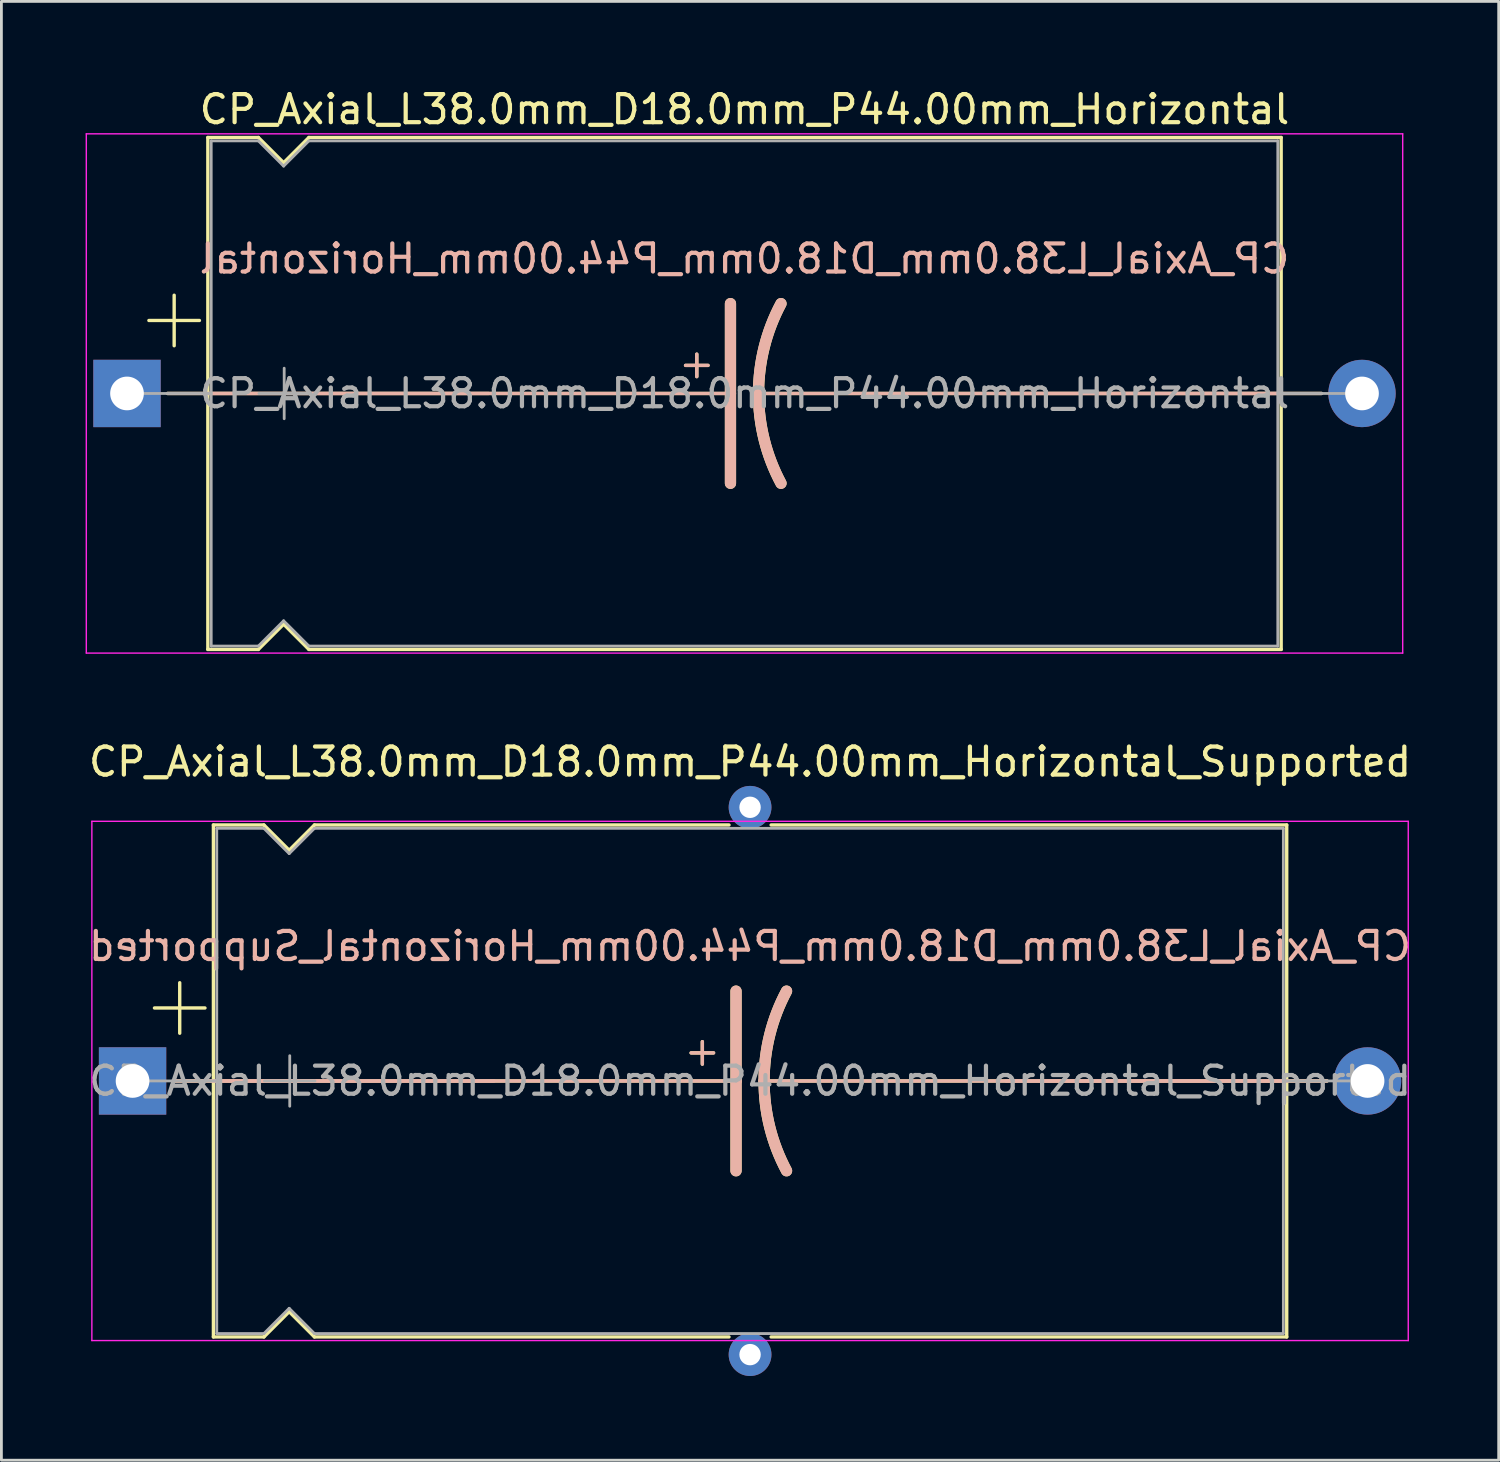
<source format=kicad_pcb>
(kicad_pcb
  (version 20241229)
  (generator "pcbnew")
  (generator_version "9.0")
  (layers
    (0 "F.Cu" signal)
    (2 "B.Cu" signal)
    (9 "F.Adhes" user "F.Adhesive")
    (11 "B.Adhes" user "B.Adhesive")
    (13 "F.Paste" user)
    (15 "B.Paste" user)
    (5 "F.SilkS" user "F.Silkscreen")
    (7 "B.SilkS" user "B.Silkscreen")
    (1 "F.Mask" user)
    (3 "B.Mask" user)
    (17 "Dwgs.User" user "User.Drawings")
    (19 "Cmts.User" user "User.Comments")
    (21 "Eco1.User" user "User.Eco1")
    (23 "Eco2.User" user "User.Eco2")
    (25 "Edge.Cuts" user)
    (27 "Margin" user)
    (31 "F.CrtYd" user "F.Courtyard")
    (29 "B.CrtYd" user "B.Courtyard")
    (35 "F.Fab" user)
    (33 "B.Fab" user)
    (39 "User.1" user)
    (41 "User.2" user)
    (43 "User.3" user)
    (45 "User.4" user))
  (footprint "CP_Axial_L38.0mm_D18.0mm_P44.00mm_Horizontal"
    (layer "F.Cu")
    (at 1.475 10.968)
    (property "Reference" "CP_Axial_L38.0mm_D18.0mm_P44.00mm_Horizontal" (at 22 -10.12 0) (layer "F.SilkS") (effects (font (size 1 1) (thickness 0.15))))
    (fp_line (start 0.78 -2.6) (end 2.58 -2.6) (stroke (width 0.12) (type solid)) (layer "F.SilkS"))
    (fp_line (start 1.44 0) (end 2.88 0) (stroke (width 0.12) (type solid)) (layer "F.SilkS"))
    (fp_line (start 1.68 -3.5) (end 1.68 -1.7) (stroke (width 0.12) (type solid)) (layer "F.SilkS"))
    (fp_line (start 2.88 -9.12) (end 2.88 9.12) (stroke (width 0.12) (type solid)) (layer "F.SilkS"))
    (fp_line (start 2.88 -9.12) (end 4.68 -9.12) (stroke (width 0.12) (type solid)) (layer "F.SilkS"))
    (fp_line (start 2.88 0) (end 21.5 0) (stroke (width 0.12) (type solid)) (layer "F.SilkS"))
    (fp_line (start 2.88 9.12) (end 4.68 9.12) (stroke (width 0.12) (type solid)) (layer "F.SilkS"))
    (fp_line (start 4.68 -9.12) (end 5.58 -8.22) (stroke (width 0.12) (type solid)) (layer "F.SilkS"))
    (fp_line (start 4.68 9.12) (end 5.58 8.22) (stroke (width 0.12) (type solid)) (layer "F.SilkS"))
    (fp_line (start 5.58 -8.22) (end 6.48 -9.12) (stroke (width 0.12) (type solid)) (layer "F.SilkS"))
    (fp_line (start 5.58 8.22) (end 6.48 9.12) (stroke (width 0.12) (type solid)) (layer "F.SilkS"))
    (fp_line (start 6.48 -9.12) (end 41.12 -9.12) (stroke (width 0.12) (type solid)) (layer "F.SilkS"))
    (fp_line (start 6.48 9.12) (end 41.12 9.12) (stroke (width 0.12) (type solid)) (layer "F.SilkS"))
    (fp_line (start 19.9 -1) (end 20.7 -1) (stroke (width 0.12) (type solid)) (layer "F.SilkS"))
    (fp_line (start 20.3 -1.4) (end 20.3 -0.6) (stroke (width 0.12) (type solid)) (layer "F.SilkS"))
    (fp_line (start 21.5 0) (end 21.5 -3.2) (stroke (width 0.4) (type solid)) (layer "F.SilkS"))
    (fp_line (start 21.5 0) (end 21.5 3.2) (stroke (width 0.4) (type solid)) (layer "F.SilkS"))
    (fp_line (start 41.12 -9.12) (end 41.12 9.12) (stroke (width 0.12) (type solid)) (layer "F.SilkS"))
    (fp_line (start 41.12 0) (end 22.5 0) (stroke (width 0.12) (type solid)) (layer "F.SilkS"))
    (fp_line (start 42.56 0) (end 41.12 0) (stroke (width 0.12) (type solid)) (layer "F.SilkS"))
    (fp_arc (start 22.5 0) (mid 22.703545 -1.649114) (end 23.3 -3.2) (stroke (width 0.4) (type solid)) (layer "F.SilkS"))
    (fp_arc (start 23.3 3.2) (mid 22.700704 1.649824) (end 22.5 0) (stroke (width 0.4) (type solid)) (layer "F.SilkS"))
    (fp_line (start 1.45 0) (end 12.88 0) (stroke (width 0.12) (type solid)) (layer "B.SilkS"))
    (fp_line (start 2.88 0) (end 21.5 0) (stroke (width 0.12) (type solid)) (layer "B.SilkS"))
    (fp_line (start 19.9 -1) (end 20.7 -1) (stroke (width 0.12) (type solid)) (layer "B.SilkS"))
    (fp_line (start 20.3 -0.6) (end 20.3 -1.4) (stroke (width 0.12) (type solid)) (layer "B.SilkS"))
    (fp_line (start 21.5 0) (end 21.5 -3.2) (stroke (width 0.4) (type solid)) (layer "B.SilkS"))
    (fp_line (start 21.5 0) (end 21.5 3.2) (stroke (width 0.4) (type solid)) (layer "B.SilkS"))
    (fp_line (start 41.12 0) (end 22.5 0) (stroke (width 0.12) (type solid)) (layer "B.SilkS"))
    (fp_line (start 42.55 0) (end 31.12 0) (stroke (width 0.12) (type solid)) (layer "B.SilkS"))
    (fp_arc (start 22.5 0) (mid 22.700703 -1.649824) (end 23.3 -3.2) (stroke (width 0.4) (type solid)) (layer "B.SilkS"))
    (fp_arc (start 23.3 3.2) (mid 22.703544 1.649114) (end 22.5 0) (stroke (width 0.4) (type solid)) (layer "B.SilkS"))
    (fp_line (start -1.45 -9.25) (end -1.45 9.25) (stroke (width 0.05) (type solid)) (layer "F.CrtYd"))
    (fp_line (start -1.45 9.25) (end 45.45 9.25) (stroke (width 0.05) (type solid)) (layer "F.CrtYd"))
    (fp_line (start 45.45 -9.25) (end -1.45 -9.25) (stroke (width 0.05) (type solid)) (layer "F.CrtYd"))
    (fp_line (start 45.45 9.25) (end 45.45 -9.25) (stroke (width 0.05) (type solid)) (layer "F.CrtYd"))
    (fp_line (start 0 0) (end 3 0) (stroke (width 0.1) (type solid)) (layer "F.Fab"))
    (fp_line (start 3 -9) (end 3 9) (stroke (width 0.1) (type solid)) (layer "F.Fab"))
    (fp_line (start 3 -9) (end 4.68 -9) (stroke (width 0.1) (type solid)) (layer "F.Fab"))
    (fp_line (start 3 9) (end 4.68 9) (stroke (width 0.1) (type solid)) (layer "F.Fab"))
    (fp_line (start 4.68 -9) (end 5.58 -8.1) (stroke (width 0.1) (type solid)) (layer "F.Fab"))
    (fp_line (start 4.68 9) (end 5.58 8.1) (stroke (width 0.1) (type solid)) (layer "F.Fab"))
    (fp_line (start 4.7 0) (end 6.5 0) (stroke (width 0.1) (type solid)) (layer "F.Fab"))
    (fp_line (start 5.58 -8.1) (end 6.48 -9) (stroke (width 0.1) (type solid)) (layer "F.Fab"))
    (fp_line (start 5.58 8.1) (end 6.48 9) (stroke (width 0.1) (type solid)) (layer "F.Fab"))
    (fp_line (start 5.6 -0.9) (end 5.6 0.9) (stroke (width 0.1) (type solid)) (layer "F.Fab"))
    (fp_line (start 6.48 -9) (end 41 -9) (stroke (width 0.1) (type solid)) (layer "F.Fab"))
    (fp_line (start 6.48 9) (end 41 9) (stroke (width 0.1) (type solid)) (layer "F.Fab"))
    (fp_line (start 41 -9) (end 41 9) (stroke (width 0.1) (type solid)) (layer "F.Fab"))
    (fp_line (start 44 0) (end 41 0) (stroke (width 0.1) (type solid)) (layer "F.Fab"))
    (fp_text user "${REFERENCE}" (at 22 -4.8 0) (layer "B.SilkS") (effects (font (size 1 1) (thickness 0.15)) (justify mirror)))
    (fp_text user "${REFERENCE}" (at 22 0 0) (layer "F.Fab") (effects (font (size 1 1) (thickness 0.15))))
    (pad "1" thru_hole rect (at 0 0) (size 2.4 2.4) (drill 1.2) (layers "*.Cu" "*.Mask"))
    (pad "2" thru_hole oval (at 44 0) (size 2.4 2.4) (drill 1.2) (layers "*.Cu" "*.Mask")))
  (footprint "CP_Axial_L38.0mm_D18.0mm_P44.00mm_Horizontal_Supported"
    (layer "F.Cu")
    (at 1.673 35.462)
    (property "Reference" "CP_Axial_L38.0mm_D18.0mm_P44.00mm_Horizontal_Supported" (at 22 -11.37 0) (layer "F.SilkS") (effects (font (size 1 1) (thickness 0.15))))
    (fp_line (start 0.78 -2.6) (end 2.58 -2.6) (stroke (width 0.12) (type solid)) (layer "F.SilkS"))
    (fp_line (start 1.44 0) (end 2.88 0) (stroke (width 0.12) (type solid)) (layer "F.SilkS"))
    (fp_line (start 1.68 -3.5) (end 1.68 -1.7) (stroke (width 0.12) (type solid)) (layer "F.SilkS"))
    (fp_line (start 2.88 -9.12) (end 2.88 9.12) (stroke (width 0.12) (type solid)) (layer "F.SilkS"))
    (fp_line (start 2.88 -9.12) (end 4.68 -9.12) (stroke (width 0.12) (type solid)) (layer "F.SilkS"))
    (fp_line (start 2.88 0) (end 21.5 0) (stroke (width 0.12) (type solid)) (layer "F.SilkS"))
    (fp_line (start 2.88 9.12) (end 4.68 9.12) (stroke (width 0.12) (type solid)) (layer "F.SilkS"))
    (fp_line (start 4.68 -9.12) (end 5.58 -8.22) (stroke (width 0.12) (type solid)) (layer "F.SilkS"))
    (fp_line (start 4.68 9.12) (end 5.58 8.22) (stroke (width 0.12) (type solid)) (layer "F.SilkS"))
    (fp_line (start 5.58 -8.22) (end 6.48 -9.12) (stroke (width 0.12) (type solid)) (layer "F.SilkS"))
    (fp_line (start 5.58 8.22) (end 6.48 9.12) (stroke (width 0.12) (type solid)) (layer "F.SilkS"))
    (fp_line (start 6.48 -9.12) (end 21.25 -9.12) (stroke (width 0.12) (type solid)) (layer "F.SilkS"))
    (fp_line (start 6.48 9.12) (end 21.25 9.12) (stroke (width 0.12) (type solid)) (layer "F.SilkS"))
    (fp_line (start 19.9 -1) (end 20.7 -1) (stroke (width 0.12) (type solid)) (layer "F.SilkS"))
    (fp_line (start 20.3 -1.4) (end 20.3 -0.6) (stroke (width 0.12) (type solid)) (layer "F.SilkS"))
    (fp_line (start 21.5 0) (end 21.5 -3.2) (stroke (width 0.4) (type solid)) (layer "F.SilkS"))
    (fp_line (start 21.5 0) (end 21.5 3.2) (stroke (width 0.4) (type solid)) (layer "F.SilkS"))
    (fp_line (start 22.75 -9.12) (end 41.12 -9.12) (stroke (width 0.12) (type solid)) (layer "F.SilkS"))
    (fp_line (start 22.75 9.12) (end 41.12 9.12) (stroke (width 0.12) (type solid)) (layer "F.SilkS"))
    (fp_line (start 41.12 -9.12) (end 41.12 9.12) (stroke (width 0.12) (type solid)) (layer "F.SilkS"))
    (fp_line (start 41.12 0) (end 22.5 0) (stroke (width 0.12) (type solid)) (layer "F.SilkS"))
    (fp_line (start 42.56 0) (end 41.12 0) (stroke (width 0.12) (type solid)) (layer "F.SilkS"))
    (fp_arc (start 22.5 0) (mid 22.703545 -1.649114) (end 23.3 -3.2) (stroke (width 0.4) (type solid)) (layer "F.SilkS"))
    (fp_arc (start 23.3 3.2) (mid 22.700704 1.649824) (end 22.5 0) (stroke (width 0.4) (type solid)) (layer "F.SilkS"))
    (fp_line (start 1.45 0) (end 12.88 0) (stroke (width 0.12) (type solid)) (layer "B.SilkS"))
    (fp_line (start 2.88 0) (end 21.5 0) (stroke (width 0.12) (type solid)) (layer "B.SilkS"))
    (fp_line (start 19.9 -1) (end 20.7 -1) (stroke (width 0.12) (type solid)) (layer "B.SilkS"))
    (fp_line (start 20.3 -0.6) (end 20.3 -1.4) (stroke (width 0.12) (type solid)) (layer "B.SilkS"))
    (fp_line (start 21.5 0) (end 21.5 -3.2) (stroke (width 0.4) (type solid)) (layer "B.SilkS"))
    (fp_line (start 21.5 0) (end 21.5 3.2) (stroke (width 0.4) (type solid)) (layer "B.SilkS"))
    (fp_line (start 41.12 0) (end 22.5 0) (stroke (width 0.12) (type solid)) (layer "B.SilkS"))
    (fp_line (start 42.55 0) (end 31.12 0) (stroke (width 0.12) (type solid)) (layer "B.SilkS"))
    (fp_arc (start 22.5 0) (mid 22.700703 -1.649824) (end 23.3 -3.2) (stroke (width 0.4) (type solid)) (layer "B.SilkS"))
    (fp_arc (start 23.3 3.2) (mid 22.703544 1.649114) (end 22.5 0) (stroke (width 0.4) (type solid)) (layer "B.SilkS"))
    (fp_line (start -1.45 -9.25) (end -1.45 9.25) (stroke (width 0.05) (type solid)) (layer "F.CrtYd"))
    (fp_line (start -1.45 9.25) (end 45.45 9.25) (stroke (width 0.05) (type solid)) (layer "F.CrtYd"))
    (fp_line (start 45.45 -9.25) (end -1.45 -9.25) (stroke (width 0.05) (type solid)) (layer "F.CrtYd"))
    (fp_line (start 45.45 9.25) (end 45.45 -9.25) (stroke (width 0.05) (type solid)) (layer "F.CrtYd"))
    (fp_line (start 0 0) (end 3 0) (stroke (width 0.1) (type solid)) (layer "F.Fab"))
    (fp_line (start 3 -9) (end 3 9) (stroke (width 0.1) (type solid)) (layer "F.Fab"))
    (fp_line (start 3 -9) (end 4.68 -9) (stroke (width 0.1) (type solid)) (layer "F.Fab"))
    (fp_line (start 3 9) (end 4.68 9) (stroke (width 0.1) (type solid)) (layer "F.Fab"))
    (fp_line (start 4.68 -9) (end 5.58 -8.1) (stroke (width 0.1) (type solid)) (layer "F.Fab"))
    (fp_line (start 4.68 9) (end 5.58 8.1) (stroke (width 0.1) (type solid)) (layer "F.Fab"))
    (fp_line (start 4.7 0) (end 6.5 0) (stroke (width 0.1) (type solid)) (layer "F.Fab"))
    (fp_line (start 5.58 -8.1) (end 6.48 -9) (stroke (width 0.1) (type solid)) (layer "F.Fab"))
    (fp_line (start 5.58 8.1) (end 6.48 9) (stroke (width 0.1) (type solid)) (layer "F.Fab"))
    (fp_line (start 5.6 -0.9) (end 5.6 0.9) (stroke (width 0.1) (type solid)) (layer "F.Fab"))
    (fp_line (start 6.48 -9) (end 41 -9) (stroke (width 0.1) (type solid)) (layer "F.Fab"))
    (fp_line (start 6.48 9) (end 41 9) (stroke (width 0.1) (type solid)) (layer "F.Fab"))
    (fp_line (start 41 -9) (end 41 9) (stroke (width 0.1) (type solid)) (layer "F.Fab"))
    (fp_line (start 44 0) (end 41 0) (stroke (width 0.1) (type solid)) (layer "F.Fab"))
    (fp_text user "${REFERENCE}" (at 22 -4.8 0) (layer "B.SilkS") (effects (font (size 1 1) (thickness 0.15)) (justify mirror)))
    (fp_text user "${REFERENCE}" (at 22 0 0) (layer "F.Fab") (effects (font (size 1 1) (thickness 0.15))))
    (pad "" thru_hole circle (at 22 -9.75) (size 1.524 1.524) (drill 0.762) (layers "*.Cu" "*.Mask"))
    (pad "" thru_hole circle (at 22 9.75) (size 1.524 1.524) (drill 0.762) (layers "*.Cu" "*.Mask"))
    (pad "1" thru_hole rect (at 0 0) (size 2.4 2.4) (drill 1.2) (layers "*.Cu" "*.Mask"))
    (pad "2" thru_hole oval (at 44 0) (size 2.4 2.4) (drill 1.2) (layers "*.Cu" "*.Mask")))
  (gr_rect
    (start -3 -3)
    (end 50.345 48.974)
    (stroke (width 0.1) (type default))
    (fill no)
    (layer "Edge.Cuts")))
</source>
